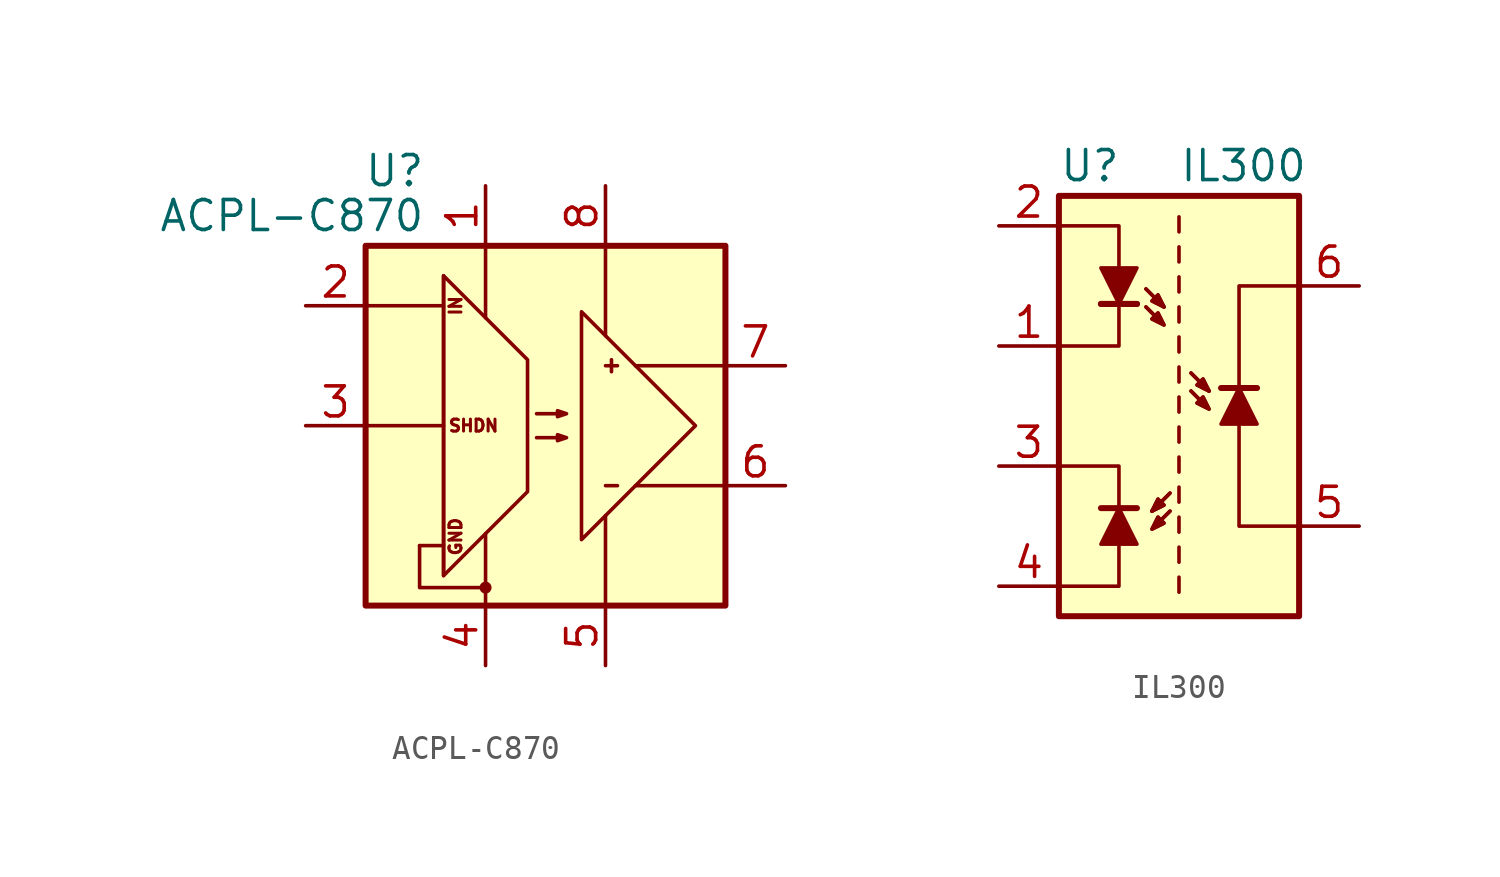
<source format=kicad_sym>
(kicad_symbol_lib
  (version 20231120)
  (generator "kicad_symbol_editor")
  (generator_version "8.0")
  (symbol "ACPL-C870"
    (pin_names
      (offset 0) hide)
    (property "Reference" "U"
      (at -5.08 10.795 0)
      (effects (font (size 1.27 1.27)) (justify right)))
    (property "Value" "ACPL-C870"
      (at -5.08 8.89 0)
      (effects (font (size 1.27 1.27)) (justify right)))
    (symbol "ACPL-C870_0_0"
      (circle (center -2.54 -6.858) (radius 0.178) (stroke (width 0) (type default)) (fill (type outline)))
      (polyline (pts (xy -7.62 0) (xy -4.318 0)) (stroke (width 0) (type default)) (fill (type none)))
      (polyline (pts (xy -4.318 -5.08) (xy -5.334 -5.08)) (stroke (width 0) (type default)) (fill (type none)))
      (polyline (pts (xy -5.334 -5.08) (xy -5.334 -6.858) (xy -2.54 -6.858)) (stroke (width 0) (type default)) (fill (type none)))
      (text "GND" (at -3.81 -4.699 900) (effects (font (size 0.508 0.508))))
      (text "IN" (at -3.81 5.08 900) (effects (font (size 0.508 0.508))))
      (text "SHDN" (at -3.048 0 0) (effects (font (size 0.508 0.508)))))
    (symbol "ACPL-C870_0_1"
      (rectangle (start -7.62 7.62) (end 7.62 -7.62) (stroke (width 0.254) (type default)) (fill (type background)))
      (polyline (pts (xy -7.62 5.08) (xy -4.318 5.08)) (stroke (width 0) (type default)) (fill (type none)))
      (polyline (pts (xy -4.318 6.35) (xy -4.318 -6.35)) (stroke (width 0) (type default)) (fill (type none)))
      (polyline (pts (xy -2.54 -7.62) (xy -2.54 -4.572)) (stroke (width 0) (type default)) (fill (type none)))
      (polyline (pts (xy -2.54 7.62) (xy -2.54 4.572)) (stroke (width 0) (type default)) (fill (type none)))
      (polyline (pts (xy 2.54 -7.62) (xy 2.54 -3.81)) (stroke (width 0) (type default)) (fill (type none)))
      (polyline (pts (xy 2.54 7.62) (xy 2.54 3.81)) (stroke (width 0) (type default)) (fill (type none)))
      (polyline (pts (xy 2.794 2.794) (xy 2.794 2.286)) (stroke (width 0) (type default)) (fill (type none)))
      (polyline (pts (xy 3.048 -2.54) (xy 2.54 -2.54)) (stroke (width 0) (type default)) (fill (type none)))
      (polyline (pts (xy 3.048 2.54) (xy 2.54 2.54)) (stroke (width 0) (type default)) (fill (type none)))
      (polyline (pts (xy 7.62 -2.54) (xy 3.81 -2.54)) (stroke (width 0) (type default)) (fill (type none)))
      (polyline (pts (xy 7.62 2.54) (xy 3.81 2.54)) (stroke (width 0) (type default)) (fill (type none)))
      (polyline (pts (xy 6.35 0) (xy 1.524 -4.826) (xy 1.524 4.826) (xy 6.35 0)) (stroke (width 0) (type default)) (fill (type none)))
      (polyline (pts (xy -4.318 -6.35) (xy -0.762 -2.794) (xy -0.762 2.794) (xy -4.318 6.35) (xy -4.318 -6.35)) (stroke (width 0) (type default)) (fill (type none)))
      (polyline (pts (xy -0.381 -0.508) (xy 0.889 -0.508) (xy 0.508 -0.635) (xy 0.508 -0.381) (xy 0.889 -0.508)) (stroke (width 0) (type default)) (fill (type none)))
      (polyline (pts (xy -0.381 0.508) (xy 0.889 0.508) (xy 0.508 0.381) (xy 0.508 0.635) (xy 0.889 0.508)) (stroke (width 0) (type default)) (fill (type none))))
    (symbol "ACPL-C870_1_1"
      (pin power_in line (at -2.54 10.16 270) (length 2.54) (name "VDD1" (effects (font (size 1.27 1.27)))) (number "1" (effects (font (size 1.27 1.27)))))
      (pin input line (at -10.16 5.08 0) (length 2.54) (name "IN" (effects (font (size 1.27 1.27)))) (number "2" (effects (font (size 1.27 1.27)))))
      (pin input line (at -10.16 0 0) (length 2.54) (name "IN-" (effects (font (size 1.27 1.27)))) (number "3" (effects (font (size 1.27 1.27)))))
      (pin power_in line (at -2.54 -10.16 90) (length 2.54) (name "GND1" (effects (font (size 1.27 1.27)))) (number "4" (effects (font (size 1.27 1.27)))))
      (pin power_in line (at 2.54 -10.16 90) (length 2.54) (name "GND2" (effects (font (size 1.27 1.27)))) (number "5" (effects (font (size 1.27 1.27)))))
      (pin output line (at 10.16 -2.54 180) (length 2.54) (name "OUT-" (effects (font (size 1.27 1.27)))) (number "6" (effects (font (size 1.27 1.27)))))
      (pin output line (at 10.16 2.54 180) (length 2.54) (name "OUT+" (effects (font (size 1.27 1.27)))) (number "7" (effects (font (size 1.27 1.27)))))
      (pin power_in line (at 2.54 10.16 270) (length 2.54) (name "VDD2" (effects (font (size 1.27 1.27)))) (number "8" (effects (font (size 1.27 1.27)))))))
  (symbol "IL300"
    (pin_names
      (offset 1.016))
    (property "Reference" "U"
      (at -5.08 10.16 0)
      (effects (font (size 1.27 1.27)) (justify left)))
    (property "Value" "IL300"
      (at 0 10.16 0)
      (effects (font (size 1.27 1.27)) (justify left)))
    (symbol "IL300_0_1"
      (rectangle (start -5.08 8.89) (end 5.08 -8.89) (stroke (width 0.254) (type default)) (fill (type background)))
      (polyline (pts (xy -3.302 -4.318) (xy -1.778 -4.318)) (stroke (width 0.254) (type default)) (fill (type none)))
      (polyline (pts (xy -1.778 4.318) (xy -3.302 4.318)) (stroke (width 0.254) (type default)) (fill (type none)))
      (polyline (pts (xy -1.778 4.318) (xy -3.302 4.318)) (stroke (width 0.254) (type default)) (fill (type none)))
      (polyline (pts (xy 0 -7.239) (xy 0 -7.874)) (stroke (width 0) (type default)) (fill (type none)))
      (polyline (pts (xy 0 -5.969) (xy 0 -6.604)) (stroke (width 0) (type default)) (fill (type none)))
      (polyline (pts (xy 0 -4.699) (xy 0 -5.334)) (stroke (width 0) (type default)) (fill (type none)))
      (polyline (pts (xy 0 -3.429) (xy 0 -4.064)) (stroke (width 0) (type default)) (fill (type none)))
      (polyline (pts (xy 0 -2.159) (xy 0 -2.794)) (stroke (width 0) (type default)) (fill (type none)))
      (polyline (pts (xy 0 -0.889) (xy 0 -1.524)) (stroke (width 0) (type default)) (fill (type none)))
      (polyline (pts (xy 0 0.381) (xy 0 -0.254)) (stroke (width 0) (type default)) (fill (type none)))
      (polyline (pts (xy 0 1.651) (xy 0 1.016)) (stroke (width 0) (type default)) (fill (type none)))
      (polyline (pts (xy 0 2.921) (xy 0 2.286)) (stroke (width 0) (type default)) (fill (type none)))
      (polyline (pts (xy 0 4.191) (xy 0 3.556)) (stroke (width 0) (type default)) (fill (type none)))
      (polyline (pts (xy 0 5.461) (xy 0 4.826)) (stroke (width 0) (type default)) (fill (type none)))
      (polyline (pts (xy 0 6.731) (xy 0 6.096)) (stroke (width 0) (type default)) (fill (type none)))
      (polyline (pts (xy 0 8.001) (xy 0 7.366)) (stroke (width 0) (type default)) (fill (type none)))
      (polyline (pts (xy 1.778 0.762) (xy 3.302 0.762)) (stroke (width 0.254) (type default)) (fill (type none)))
      (polyline (pts (xy -1.397 4.953) (xy -0.635 4.191) (xy -0.635 4.191)) (stroke (width 0) (type default)) (fill (type none)))
      (polyline (pts (xy -1.397 4.953) (xy -0.635 4.191) (xy -0.635 4.191)) (stroke (width 0) (type default)) (fill (type none)))
      (polyline (pts (xy -0.381 -3.683) (xy -1.143 -4.445) (xy -1.143 -4.445)) (stroke (width 0) (type default)) (fill (type none)))
      (polyline (pts (xy -0.381 -3.683) (xy -1.143 -4.445) (xy -1.143 -4.445)) (stroke (width 0) (type default)) (fill (type none)))
      (polyline (pts (xy 0.508 1.397) (xy 1.27 0.635) (xy 1.27 0.635)) (stroke (width 0) (type default)) (fill (type none)))
      (polyline (pts (xy 0.508 1.397) (xy 1.27 0.635) (xy 1.27 0.635)) (stroke (width 0) (type default)) (fill (type none)))
      (polyline (pts (xy -5.08 -2.54) (xy -2.54 -2.54) (xy -2.54 -7.62) (xy -5.08 -7.62)) (stroke (width 0) (type default)) (fill (type none)))
      (polyline (pts (xy -5.08 7.62) (xy -2.54 7.62) (xy -2.54 2.54) (xy -5.08 2.54)) (stroke (width 0) (type default)) (fill (type none)))
      (polyline (pts (xy -3.302 -5.842) (xy -2.54 -4.318) (xy -1.778 -5.842) (xy -3.302 -5.842)) (stroke (width 0) (type default)) (fill (type outline)))
      (polyline (pts (xy -3.302 5.842) (xy -1.778 5.842) (xy -2.54 4.318) (xy -3.302 5.842)) (stroke (width 0) (type default)) (fill (type outline)))
      (polyline (pts (xy 3.302 -0.762) (xy 1.778 -0.762) (xy 2.54 0.762) (xy 3.302 -0.762)) (stroke (width 0) (type default)) (fill (type outline)))
      (polyline (pts (xy 5.08 5.08) (xy 2.54 5.08) (xy 2.54 -5.08) (xy 5.08 -5.08)) (stroke (width 0) (type default)) (fill (type none)))
      (polyline (pts (xy -1.143 -4.445) (xy -0.889 -3.937) (xy -0.635 -4.191) (xy -1.143 -4.445) (xy -1.143 -4.445)) (stroke (width 0) (type default)) (fill (type none)))
      (polyline (pts (xy -1.143 -4.445) (xy -0.889 -3.937) (xy -0.635 -4.191) (xy -1.143 -4.445) (xy -1.143 -4.445)) (stroke (width 0) (type default)) (fill (type none)))
      (polyline (pts (xy -0.635 4.191) (xy -0.889 4.699) (xy -1.143 4.445) (xy -0.635 4.191) (xy -0.635 4.191)) (stroke (width 0) (type default)) (fill (type none)))
      (polyline (pts (xy -0.635 4.191) (xy -0.889 4.699) (xy -1.143 4.445) (xy -0.635 4.191) (xy -0.635 4.191)) (stroke (width 0) (type default)) (fill (type none)))
      (polyline (pts (xy 1.27 0.635) (xy 1.016 1.143) (xy 0.762 0.889) (xy 1.27 0.635) (xy 1.27 0.635)) (stroke (width 0) (type default)) (fill (type none)))
      (polyline (pts (xy 1.27 0.635) (xy 1.016 1.143) (xy 0.762 0.889) (xy 1.27 0.635) (xy 1.27 0.635)) (stroke (width 0) (type default)) (fill (type none)))
      (polyline (pts (xy -1.397 4.191) (xy -0.635 3.429) (xy -0.889 3.937) (xy -1.143 3.683) (xy -0.635 3.429) (xy -0.635 3.429)) (stroke (width 0) (type default)) (fill (type none)))
      (polyline (pts (xy -1.397 4.191) (xy -0.635 3.429) (xy -0.889 3.937) (xy -1.143 3.683) (xy -0.635 3.429) (xy -0.635 3.429)) (stroke (width 0) (type default)) (fill (type none)))
      (polyline (pts (xy -0.381 -4.445) (xy -1.143 -5.207) (xy -0.889 -4.699) (xy -0.635 -4.953) (xy -1.143 -5.207) (xy -1.143 -5.207)) (stroke (width 0) (type default)) (fill (type none)))
      (polyline (pts (xy -0.381 -4.445) (xy -1.143 -5.207) (xy -0.889 -4.699) (xy -0.635 -4.953) (xy -1.143 -5.207) (xy -1.143 -5.207)) (stroke (width 0) (type default)) (fill (type none)))
      (polyline (pts (xy 0.508 0.635) (xy 1.27 -0.127) (xy 1.016 0.381) (xy 0.762 0.127) (xy 1.27 -0.127) (xy 1.27 -0.127)) (stroke (width 0) (type default)) (fill (type none)))
      (polyline (pts (xy 0.508 0.635) (xy 1.27 -0.127) (xy 1.016 0.381) (xy 0.762 0.127) (xy 1.27 -0.127) (xy 1.27 -0.127)) (stroke (width 0) (type default)) (fill (type none))))
    (symbol "IL300_1_1"
      (pin passive line (at -7.62 2.54 0) (length 2.54) (name "~" (effects (font (size 1.27 1.27)))) (number "1" (effects (font (size 1.27 1.27)))))
      (pin passive line (at -7.62 7.62 0) (length 2.54) (name "~" (effects (font (size 1.27 1.27)))) (number "2" (effects (font (size 1.27 1.27)))))
      (pin passive line (at -7.62 -2.54 0) (length 2.54) (name "~" (effects (font (size 1.27 1.27)))) (number "3" (effects (font (size 1.27 1.27)))))
      (pin passive line (at -7.62 -7.62 0) (length 2.54) (name "~" (effects (font (size 1.27 1.27)))) (number "4" (effects (font (size 1.27 1.27)))))
      (pin passive line (at 7.62 -5.08 180) (length 2.54) (name "~" (effects (font (size 1.27 1.27)))) (number "5" (effects (font (size 1.27 1.27)))))
      (pin passive line (at 7.62 5.08 180) (length 2.54) (name "~" (effects (font (size 1.27 1.27)))) (number "6" (effects (font (size 1.27 1.27)))))
      (pin no_connect line (at 5.08 2.54 180) (length 2.54) hide (name "NC" (effects (font (size 1.27 1.27)))) (number "7" (effects (font (size 1.27 1.27)))))
      (pin no_connect line (at 5.08 0 180) (length 2.54) hide (name "NC" (effects (font (size 1.27 1.27)))) (number "8" (effects (font (size 1.27 1.27))))))))
</source>
